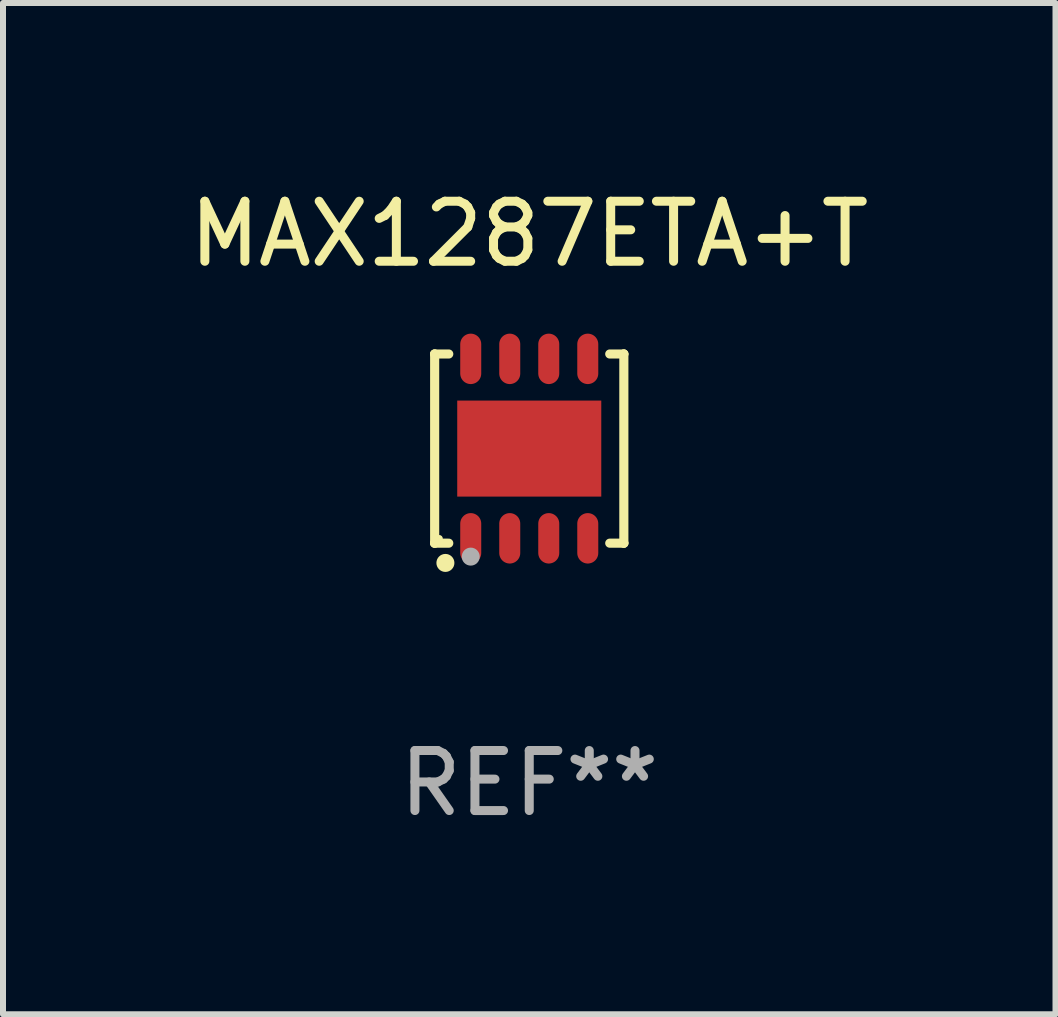
<source format=kicad_pcb>
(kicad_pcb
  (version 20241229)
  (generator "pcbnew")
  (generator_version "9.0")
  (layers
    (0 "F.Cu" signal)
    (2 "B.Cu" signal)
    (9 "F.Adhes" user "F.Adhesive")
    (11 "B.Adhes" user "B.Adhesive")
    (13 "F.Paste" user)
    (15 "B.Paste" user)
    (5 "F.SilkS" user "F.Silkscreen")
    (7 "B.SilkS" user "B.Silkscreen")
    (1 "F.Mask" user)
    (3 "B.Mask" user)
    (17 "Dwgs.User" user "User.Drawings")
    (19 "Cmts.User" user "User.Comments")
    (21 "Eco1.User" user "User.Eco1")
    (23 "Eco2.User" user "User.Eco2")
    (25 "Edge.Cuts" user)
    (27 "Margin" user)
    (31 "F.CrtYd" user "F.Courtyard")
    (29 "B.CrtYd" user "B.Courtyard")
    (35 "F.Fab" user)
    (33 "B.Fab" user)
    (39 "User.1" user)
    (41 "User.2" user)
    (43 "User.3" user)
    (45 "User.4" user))
  (footprint "MAX1287ETA+T"
    (layer "F.Cu")
    (at 5.768 4.424)
    (property "Reference" "MAX1287ETA+T" (at 0 -3.576 0) (layer "F.SilkS") (effects (font (size 1 1) (thickness 0.15))))
    (attr through_hole)
    (fp_line (start -1.576 -1.576) (end -1.576 -1.576) (stroke (width 0.152) (type solid)) (layer "F.SilkS"))
    (fp_line (start -1.576 -1.576) (end -1.341 -1.576) (stroke (width 0.152) (type solid)) (layer "F.SilkS"))
    (fp_line (start -1.576 1.576) (end -1.576 -1.576) (stroke (width 0.152) (type solid)) (layer "F.SilkS"))
    (fp_line (start -1.576 1.576) (end -1.576 1.576) (stroke (width 0.152) (type solid)) (layer "F.SilkS"))
    (fp_line (start -1.341 1.576) (end -1.576 1.576) (stroke (width 0.152) (type solid)) (layer "F.SilkS"))
    (fp_line (start 1.341 1.576) (end 1.576 1.576) (stroke (width 0.152) (type solid)) (layer "F.SilkS"))
    (fp_line (start 1.576 -1.576) (end 1.341 -1.576) (stroke (width 0.152) (type solid)) (layer "F.SilkS"))
    (fp_line (start 1.576 -1.576) (end 1.576 -1.576) (stroke (width 0.152) (type solid)) (layer "F.SilkS"))
    (fp_line (start 1.576 1.576) (end 1.576 -1.576) (stroke (width 0.152) (type solid)) (layer "F.SilkS"))
    (fp_line (start 1.576 1.576) (end 1.576 1.576) (stroke (width 0.152) (type solid)) (layer "F.SilkS"))
    (fp_circle (center -1.5 1.5) (end -1.47 1.5) (stroke (width 0.06) (type solid)) (fill no) (layer "F.SilkS"))
    (fp_circle (center -1.397 1.905) (end -1.322 1.905) (stroke (width 0.15) (type solid)) (fill no) (layer "F.SilkS"))
    (fp_circle (center -0.975 1.8) (end -0.9 1.8) (stroke (width 0.15) (type solid)) (fill no) (layer "F.Fab"))
    (fp_text user "REF**" (at 0 5.576 0) (layer "F.Fab") (effects (font (size 1 1) (thickness 0.15))))
    (pad "1" smd oval (at -0.975 1.495) (size 0.35 0.84) (layers "F.Cu" "F.Mask" "F.Paste"))
    (pad "2" smd oval (at -0.325 1.495) (size 0.35 0.84) (layers "F.Cu" "F.Mask" "F.Paste"))
    (pad "3" smd oval (at 0.325 1.495) (size 0.35 0.84) (layers "F.Cu" "F.Mask" "F.Paste"))
    (pad "4" smd oval (at 0.975 1.495) (size 0.35 0.84) (layers "F.Cu" "F.Mask" "F.Paste"))
    (pad "5" smd oval (at 0.975 -1.495) (size 0.35 0.84) (layers "F.Cu" "F.Mask" "F.Paste"))
    (pad "6" smd oval (at 0.325 -1.495) (size 0.35 0.84) (layers "F.Cu" "F.Mask" "F.Paste"))
    (pad "7" smd oval (at -0.325 -1.495) (size 0.35 0.84) (layers "F.Cu" "F.Mask" "F.Paste"))
    (pad "8" smd oval (at -0.975 -1.495) (size 0.35 0.84) (layers "F.Cu" "F.Mask" "F.Paste"))
    (pad "9" smd rect (at 0 0) (size 2.4 1.6) (layers "F.Cu" "F.Mask" "F.Paste")))
  (gr_rect
    (start -3 -3)
    (end 14.536 13.849)
    (stroke (width 0.1) (type default))
    (fill no)
    (layer "Edge.Cuts")))
</source>
